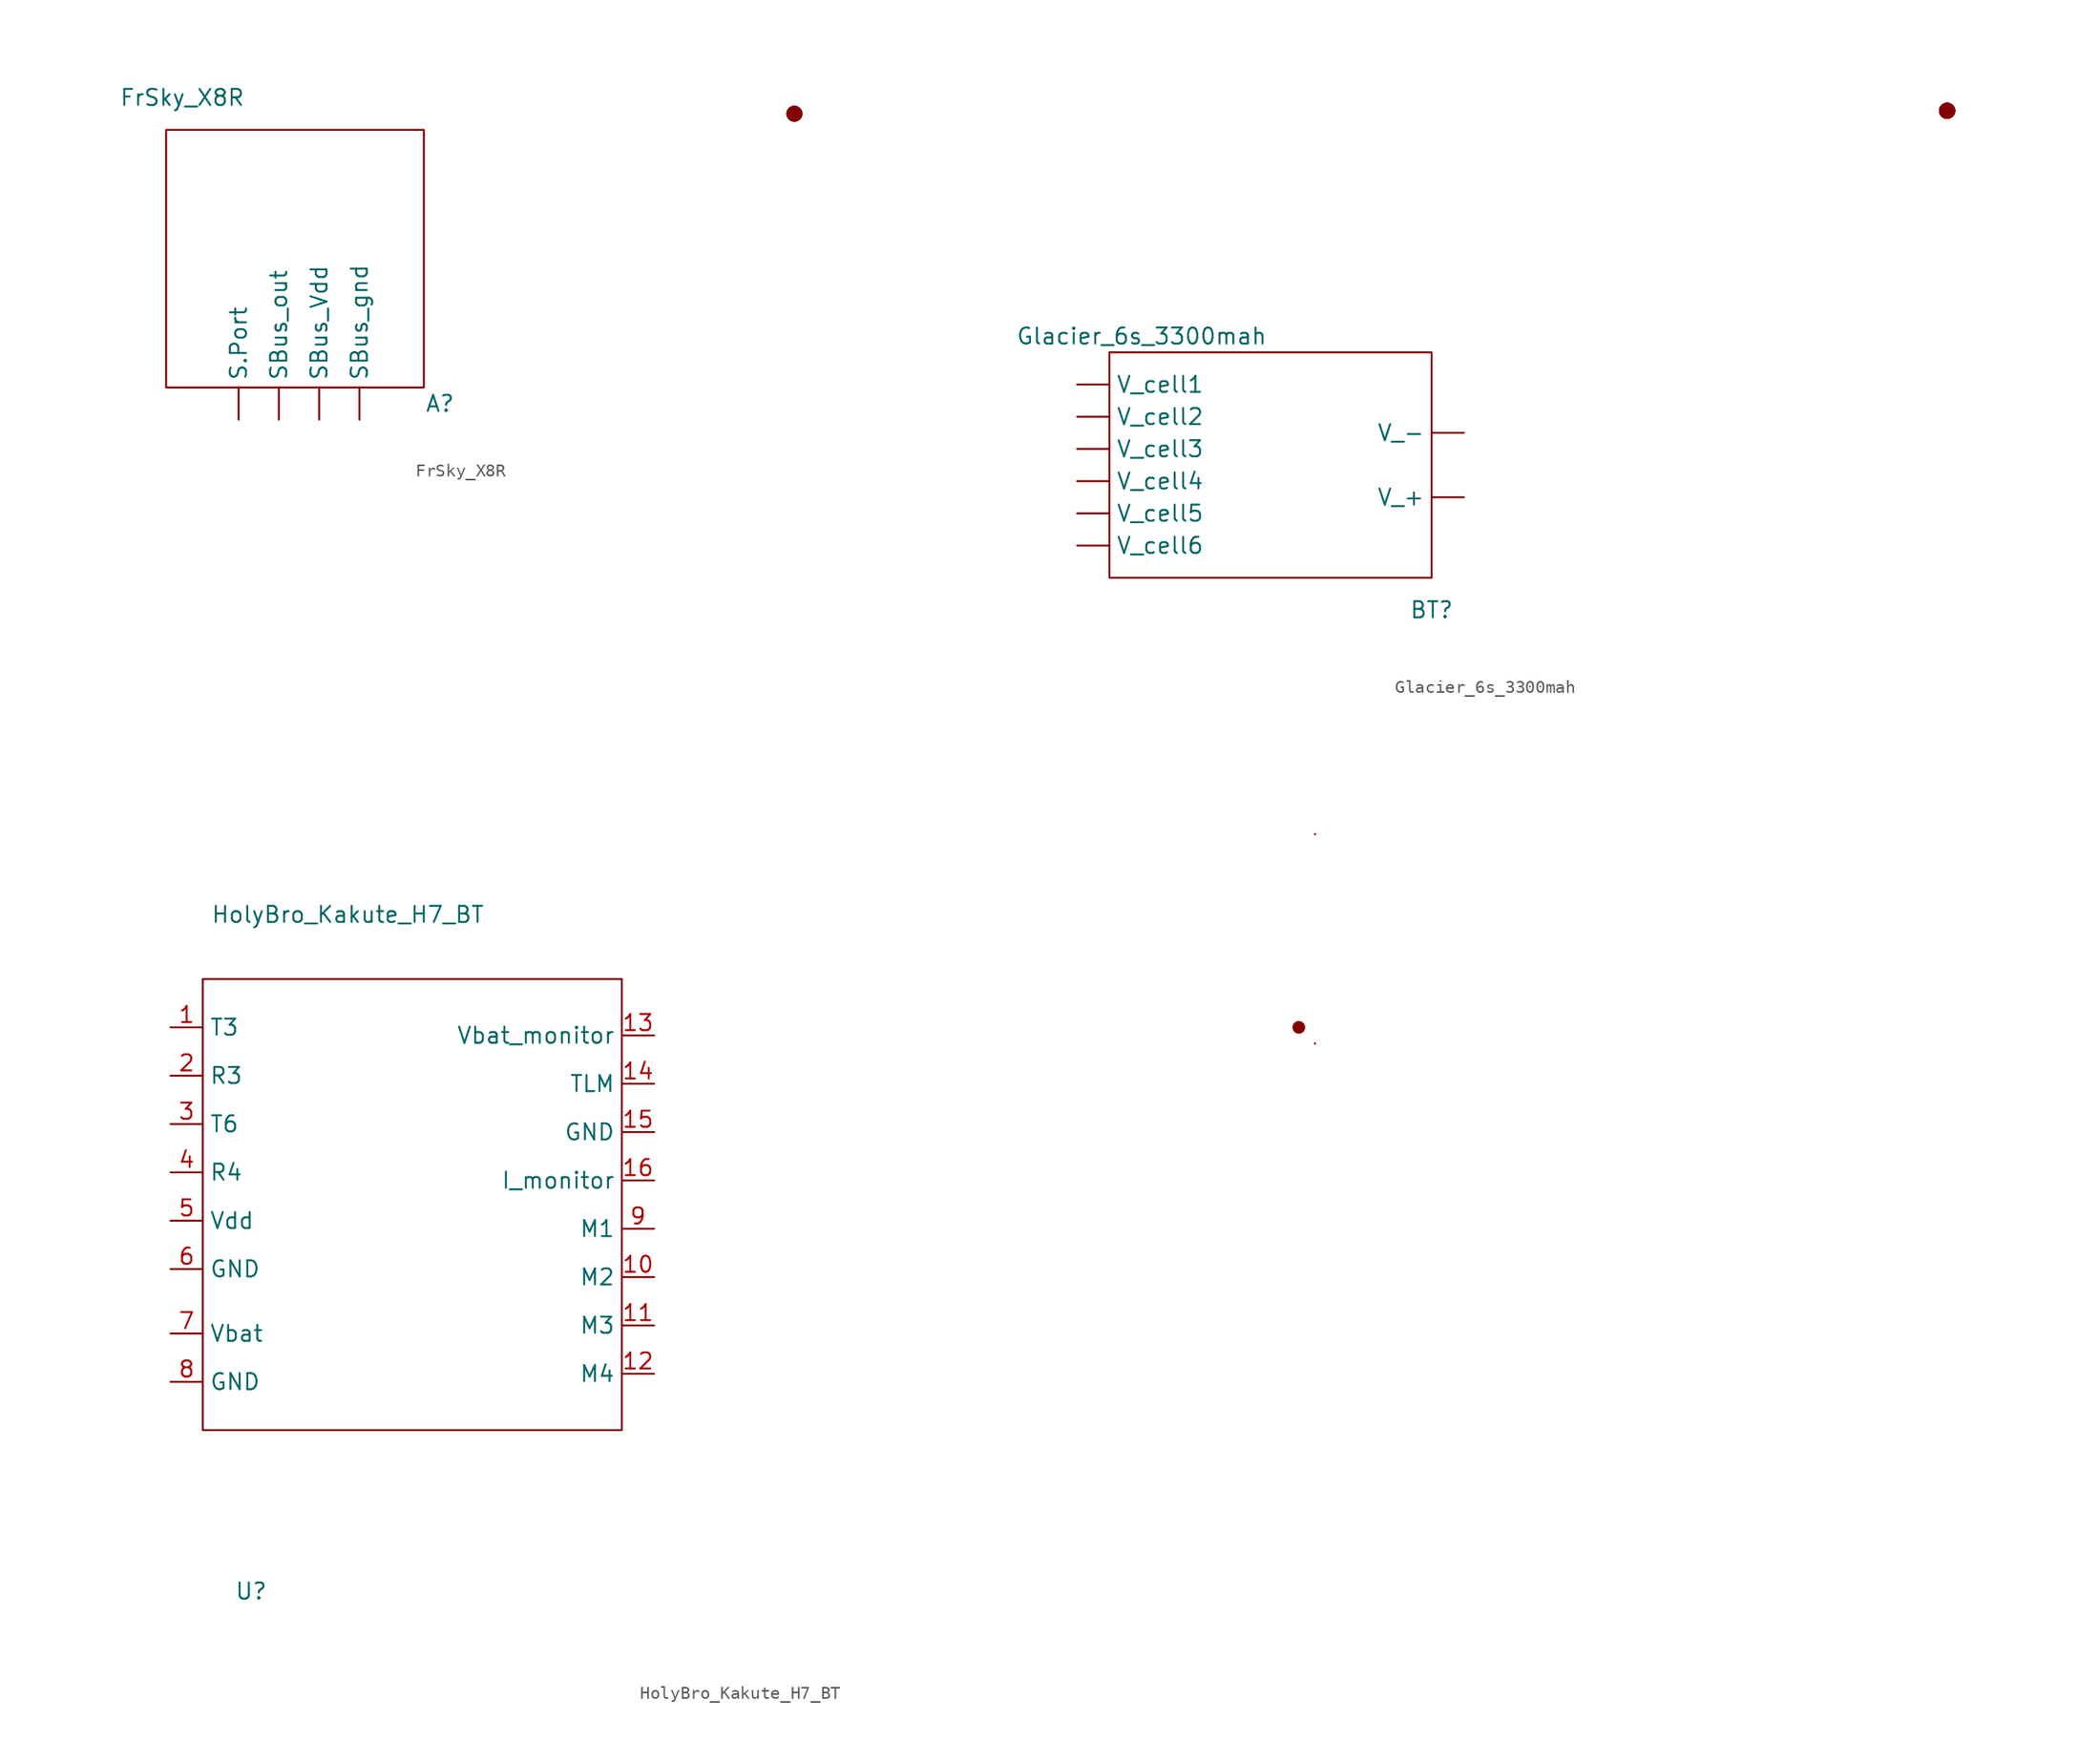
<source format=kicad_sym>
(kicad_symbol_lib
  (version 20211014)
  (generator kicad_symbol_editor)
  (symbol "FrSky_X8R"
    (property "Reference" "A"
      (at 11.43 -11.43 0)
      (effects (font (size 1.27 1.27))))
    (property "Value" "FrSky_X8R"
      (at -8.89 12.7 0)
      (effects (font (size 1.27 1.27))))
    (symbol "FrSky_X8R_0_1"
      (rectangle (start -10.16 10.16) (end 10.16 -10.16) (stroke (width 0) (type default) (color 0 0 0 0)) (fill (type none)))
      (rectangle (start 39.37 11.43) (end 39.37 11.43) (stroke (width 1.27) (type default) (color 0 0 0 0)) (fill (type none)))
      (rectangle (start 39.37 11.43) (end 39.37 11.43) (stroke (width 1.27) (type default) (color 0 0 0 0)) (fill (type none))))
    (symbol "FrSky_X8R_1_1"
      (pin input line (at -4.445 -12.7 90) (length 2.54) (name "S.Port" (effects (font (size 1.27 1.27)))) (number "" (effects (font (size 1.27 1.27)))))
      (pin output line (at 5.08 -12.7 90) (length 2.54) (name "SBus_gnd" (effects (font (size 1.27 1.27)))) (number "" (effects (font (size 1.27 1.27)))))
      (pin output line (at -1.27 -12.7 90) (length 2.54) (name "SBus_out" (effects (font (size 1.27 1.27)))) (number "" (effects (font (size 1.27 1.27)))))
      (pin output line (at 1.905 -12.7 90) (length 2.54) (name "SBus_Vdd" (effects (font (size 1.27 1.27)))) (number "" (effects (font (size 1.27 1.27)))))))
  (symbol "Glacier_6s_3300mah"
    (property "Reference" "BT"
      (at 12.7 -11.43 0)
      (effects (font (size 1.27 1.27))))
    (property "Value" "Glacier_6s_3300mah"
      (at -10.16 10.16 0)
      (effects (font (size 1.27 1.27))))
    (symbol "Glacier_6s_3300mah_0_1"
      (rectangle (start -12.7 8.89) (end 12.7 -8.89) (stroke (width 0) (type default) (color 0 0 0 0)) (fill (type none)))
      (rectangle (start 53.34 27.94) (end 53.34 27.94) (stroke (width 1.27) (type default) (color 0 0 0 0)) (fill (type none)))
      (rectangle (start 53.34 27.94) (end 53.34 27.94) (stroke (width 1.27) (type default) (color 0 0 0 0)) (fill (type none)))
      (rectangle (start 53.34 27.94) (end 53.34 27.94) (stroke (width 1.27) (type default) (color 0 0 0 0)) (fill (type none)))
      (rectangle (start 53.34 27.94) (end 53.34 27.94) (stroke (width 1.27) (type default) (color 0 0 0 0)) (fill (type none)))
      (rectangle (start 53.34 27.94) (end 53.34 27.94) (stroke (width 1.27) (type default) (color 0 0 0 0)) (fill (type none)))
      (rectangle (start 53.34 27.94) (end 53.34 27.94) (stroke (width 1.27) (type default) (color 0 0 0 0)) (fill (type none)))
      (rectangle (start 53.34 27.94) (end 53.34 27.94) (stroke (width 1.27) (type default) (color 0 0 0 0)) (fill (type none))))
    (symbol "Glacier_6s_3300mah_1_1"
      (pin output line (at 15.24 -2.54 180) (length 2.54) (name "V_+" (effects (font (size 1.27 1.27)))) (number "" (effects (font (size 1.27 1.27)))))
      (pin output line (at 15.24 2.54 180) (length 2.54) (name "V_-" (effects (font (size 1.27 1.27)))) (number "" (effects (font (size 1.27 1.27)))))
      (pin output line (at -15.24 6.35 0) (length 2.54) (name "V_cell1" (effects (font (size 1.27 1.27)))) (number "" (effects (font (size 1.27 1.27)))))
      (pin output line (at -15.24 3.81 0) (length 2.54) (name "V_cell2" (effects (font (size 1.27 1.27)))) (number "" (effects (font (size 1.27 1.27)))))
      (pin output line (at -15.24 1.27 0) (length 2.54) (name "V_cell3" (effects (font (size 1.27 1.27)))) (number "" (effects (font (size 1.27 1.27)))))
      (pin output line (at -15.24 -1.27 0) (length 2.54) (name "V_cell4" (effects (font (size 1.27 1.27)))) (number "" (effects (font (size 1.27 1.27)))))
      (pin output line (at -15.24 -3.81 0) (length 2.54) (name "V_cell5" (effects (font (size 1.27 1.27)))) (number "" (effects (font (size 1.27 1.27)))))
      (pin output line (at -15.24 -6.35 0) (length 2.54) (name "V_cell6" (effects (font (size 1.27 1.27)))) (number "" (effects (font (size 1.27 1.27)))))))
  (symbol "HolyBro_Kakute_H7_BT"
    (property "Reference" "U"
      (at -12.7 -30.48 0)
      (effects (font (size 1.27 1.27))))
    (property "Value" "HolyBro_Kakute_H7_BT"
      (at -5.08 22.86 0)
      (effects (font (size 1.27 1.27))))
    (symbol "HolyBro_Kakute_H7_BT_0_1"
      (rectangle (start -16.51 17.78) (end 16.51 -17.78) (stroke (width 0) (type default) (color 0 0 0 0)) (fill (type none)))
      (rectangle (start 69.85 13.97) (end 69.85 13.97) (stroke (width 0) (type default) (color 0 0 0 0)) (fill (type none)))
      (rectangle (start 69.85 13.97) (end 69.85 13.97) (stroke (width 0) (type default) (color 0 0 0 0)) (fill (type none)))
      (rectangle (start 69.85 13.97) (end 69.85 13.97) (stroke (width 0) (type default) (color 0 0 0 0)) (fill (type none)))
      (rectangle (start 69.85 13.97) (end 69.85 13.97) (stroke (width 0) (type default) (color 0 0 0 0)) (fill (type none)))
      (rectangle (start 69.85 13.97) (end 69.85 13.97) (stroke (width 0) (type default) (color 0 0 0 0)) (fill (type none)))
      (rectangle (start 69.85 13.97) (end 69.85 13.97) (stroke (width 1) (type default) (color 0 0 0 0)) (fill (type none)))
      (rectangle (start 71.12 12.7) (end 71.12 12.7) (stroke (width 0) (type default) (color 0 0 0 0)) (fill (type none)))
      (rectangle (start 71.12 12.7) (end 71.12 12.7) (stroke (width 0) (type default) (color 0 0 0 0)) (fill (type none)))
      (rectangle (start 71.12 29.21) (end 71.12 29.21) (stroke (width 0) (type default) (color 0 0 0 0)) (fill (type none)))
      (rectangle (start 71.12 29.21) (end 71.12 29.21) (stroke (width 0) (type default) (color 0 0 0 0)) (fill (type none)))
      (rectangle (start 71.12 29.21) (end 71.12 29.21) (stroke (width 0) (type default) (color 0 0 0 0)) (fill (type none))))
    (symbol "HolyBro_Kakute_H7_BT_1_1"
      (pin output line (at -19.05 13.97 0) (length 2.54) (name "T3" (effects (font (size 1.27 1.27)))) (number "1" (effects (font (size 1.27 1.27)))))
      (pin output line (at 19.05 -5.715 180) (length 2.54) (name "M2" (effects (font (size 1.27 1.27)))) (number "10" (effects (font (size 1.27 1.27)))))
      (pin output line (at 19.05 -9.525 180) (length 2.54) (name "M3" (effects (font (size 1.27 1.27)))) (number "11" (effects (font (size 1.27 1.27)))))
      (pin output line (at 19.05 -13.335 180) (length 2.54) (name "M4" (effects (font (size 1.27 1.27)))) (number "12" (effects (font (size 1.27 1.27)))))
      (pin output line (at 19.05 13.335 180) (length 2.54) (name "Vbat_monitor" (effects (font (size 1.27 1.27)))) (number "13" (effects (font (size 1.27 1.27)))))
      (pin output line (at 19.05 9.525 180) (length 2.54) (name "TLM" (effects (font (size 1.27 1.27)))) (number "14" (effects (font (size 1.27 1.27)))))
      (pin output line (at 19.05 5.715 180) (length 2.54) (name "GND" (effects (font (size 1.27 1.27)))) (number "15" (effects (font (size 1.27 1.27)))))
      (pin output line (at 19.05 1.905 180) (length 2.54) (name "I_monitor" (effects (font (size 1.27 1.27)))) (number "16" (effects (font (size 1.27 1.27)))))
      (pin input line (at -19.05 10.16 0) (length 2.54) (name "R3" (effects (font (size 1.27 1.27)))) (number "2" (effects (font (size 1.27 1.27)))))
      (pin output line (at -19.05 6.35 0) (length 2.54) (name "T6" (effects (font (size 1.27 1.27)))) (number "3" (effects (font (size 1.27 1.27)))))
      (pin input line (at -19.05 2.54 0) (length 2.54) (name "R4" (effects (font (size 1.27 1.27)))) (number "4" (effects (font (size 1.27 1.27)))))
      (pin output line (at -19.05 -1.27 0) (length 2.54) (name "Vdd" (effects (font (size 1.27 1.27)))) (number "5" (effects (font (size 1.27 1.27)))))
      (pin input line (at -19.05 -5.08 0) (length 2.54) (name "GND" (effects (font (size 1.27 1.27)))) (number "6" (effects (font (size 1.27 1.27)))))
      (pin input line (at -19.05 -10.16 0) (length 2.54) (name "Vbat" (effects (font (size 1.27 1.27)))) (number "7" (effects (font (size 1.27 1.27)))))
      (pin output line (at -19.05 -13.97 0) (length 2.54) (name "GND" (effects (font (size 1.27 1.27)))) (number "8" (effects (font (size 1.27 1.27)))))
      (pin output line (at 19.05 -1.905 180) (length 2.54) (name "M1" (effects (font (size 1.27 1.27)))) (number "9" (effects (font (size 1.27 1.27))))))))
</source>
